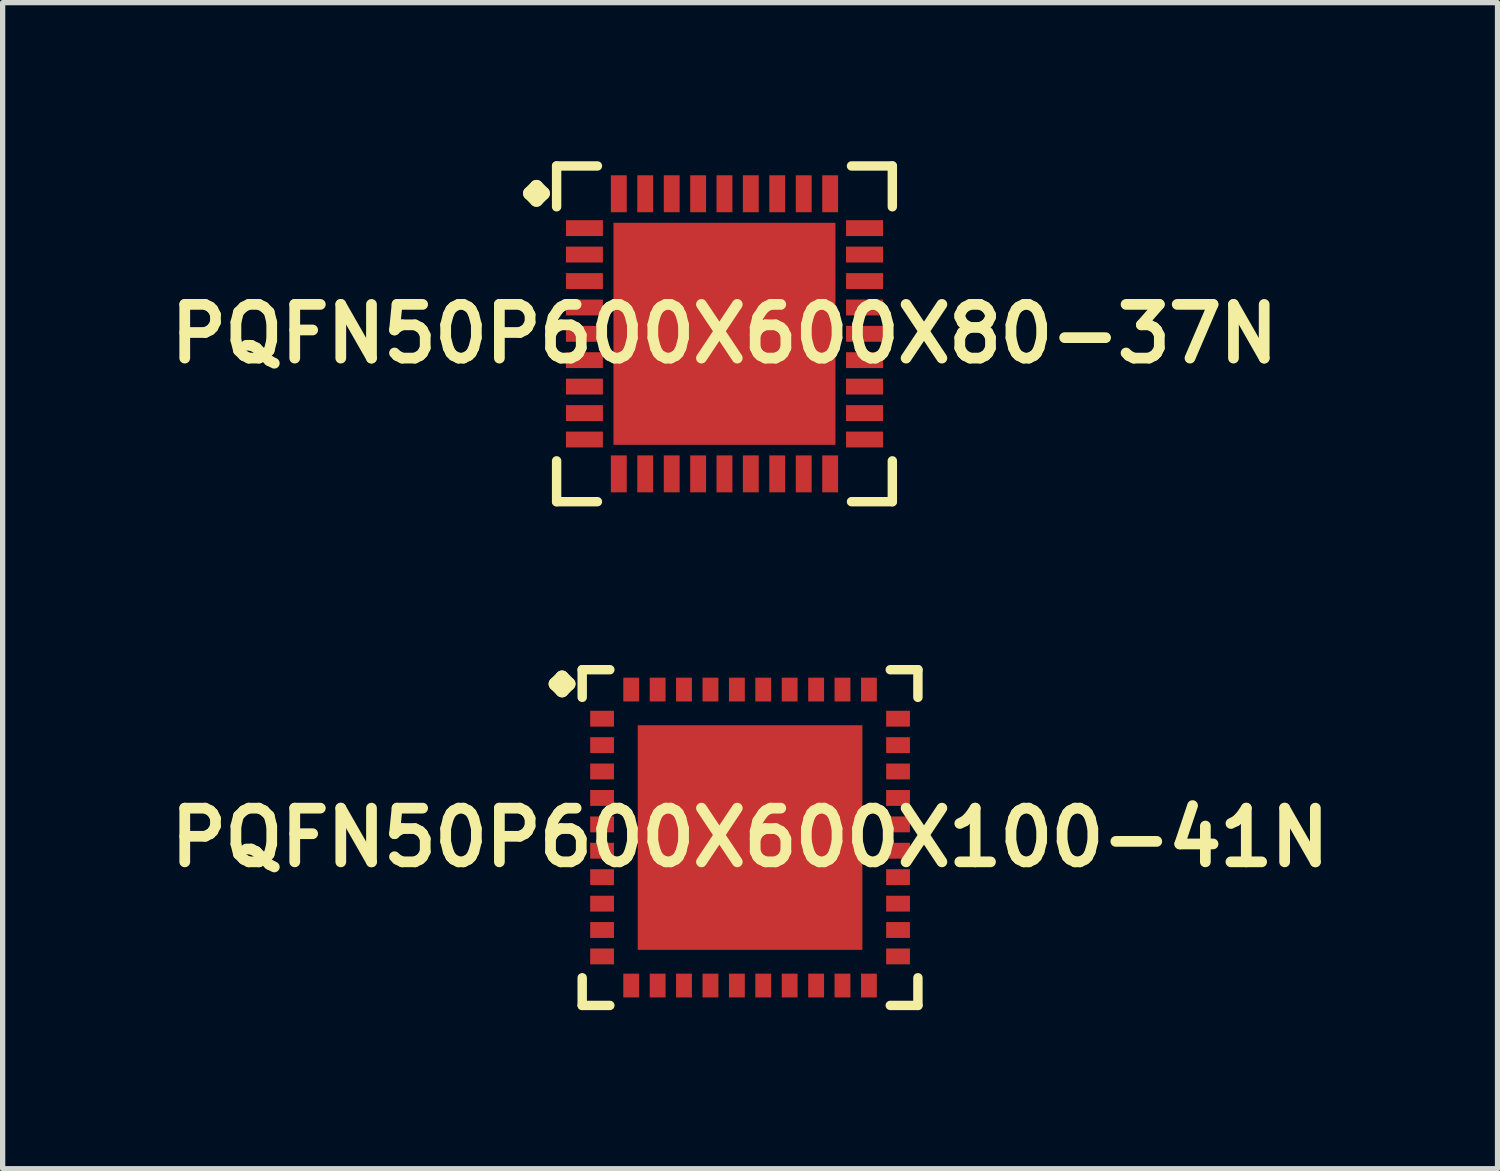
<source format=kicad_pcb>
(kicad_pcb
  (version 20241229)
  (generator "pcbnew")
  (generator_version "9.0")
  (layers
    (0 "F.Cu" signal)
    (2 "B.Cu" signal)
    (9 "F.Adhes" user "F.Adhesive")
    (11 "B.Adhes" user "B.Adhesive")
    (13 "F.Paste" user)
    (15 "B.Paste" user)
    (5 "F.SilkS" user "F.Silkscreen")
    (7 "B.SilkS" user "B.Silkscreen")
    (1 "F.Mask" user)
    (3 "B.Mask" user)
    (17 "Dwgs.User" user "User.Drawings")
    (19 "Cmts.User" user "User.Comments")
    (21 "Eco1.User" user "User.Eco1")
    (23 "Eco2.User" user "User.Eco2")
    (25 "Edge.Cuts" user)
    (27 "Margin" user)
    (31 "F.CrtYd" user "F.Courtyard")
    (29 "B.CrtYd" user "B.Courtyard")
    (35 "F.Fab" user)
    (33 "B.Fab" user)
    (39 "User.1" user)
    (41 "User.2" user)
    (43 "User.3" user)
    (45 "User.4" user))
  (footprint "PQFN50P600X600X100-41N"
    (layer "F.Cu")
    (at 11.137 12.792)
    (property "Reference" "PQFN50P600X600X100-41N" (at 0 0 0) (layer "F.SilkS") (effects (font (size 1.016 1.016) (thickness 0.203))))
    (attr smd)
    (fp_line (start -3.683 -2.906) (end -3.556 -3.033) (stroke (width 0.254) (type solid)) (layer "F.SilkS"))
    (fp_line (start -3.556 -3.033) (end -3.429 -2.906) (stroke (width 0.254) (type solid)) (layer "F.SilkS"))
    (fp_line (start -3.556 -2.779) (end -3.683 -2.906) (stroke (width 0.254) (type solid)) (layer "F.SilkS"))
    (fp_line (start -3.429 -2.906) (end -3.556 -2.779) (stroke (width 0.254) (type solid)) (layer "F.SilkS"))
    (fp_line (start -3.175 -3.175) (end -2.652 -3.175) (stroke (width 0.178) (type solid)) (layer "F.SilkS"))
    (fp_line (start -3.175 -2.652) (end -3.175 -3.175) (stroke (width 0.178) (type solid)) (layer "F.SilkS"))
    (fp_line (start -3.175 2.652) (end -3.175 3.175) (stroke (width 0.178) (type solid)) (layer "F.SilkS"))
    (fp_line (start -3.175 3.175) (end -2.652 3.175) (stroke (width 0.178) (type solid)) (layer "F.SilkS"))
    (fp_line (start 2.652 -3.175) (end 3.175 -3.175) (stroke (width 0.178) (type solid)) (layer "F.SilkS"))
    (fp_line (start 2.652 3.175) (end 3.175 3.175) (stroke (width 0.178) (type solid)) (layer "F.SilkS"))
    (fp_line (start 3.175 -3.175) (end 3.175 -2.652) (stroke (width 0.178) (type solid)) (layer "F.SilkS"))
    (fp_line (start 3.175 3.175) (end 3.175 2.652) (stroke (width 0.178) (type solid)) (layer "F.SilkS"))
    (pad "1" smd rect (at -2.799 -2.248) (size 0.45 0.3) (layers "F.Cu" "F.Mask" "F.Paste"))
    (pad "2" smd rect (at -2.799 -1.748) (size 0.45 0.3) (layers "F.Cu" "F.Mask" "F.Paste"))
    (pad "3" smd rect (at -2.799 -1.25) (size 0.45 0.3) (layers "F.Cu" "F.Mask" "F.Paste"))
    (pad "4" smd rect (at -2.799 -0.749) (size 0.45 0.3) (layers "F.Cu" "F.Mask" "F.Paste"))
    (pad "5" smd rect (at -2.799 -0.249) (size 0.45 0.3) (layers "F.Cu" "F.Mask" "F.Paste"))
    (pad "6" smd rect (at -2.799 0.249) (size 0.45 0.3) (layers "F.Cu" "F.Mask" "F.Paste"))
    (pad "7" smd rect (at -2.799 0.749) (size 0.45 0.3) (layers "F.Cu" "F.Mask" "F.Paste"))
    (pad "8" smd rect (at -2.799 1.25) (size 0.45 0.3) (layers "F.Cu" "F.Mask" "F.Paste"))
    (pad "9" smd rect (at -2.799 1.748) (size 0.45 0.3) (layers "F.Cu" "F.Mask" "F.Paste"))
    (pad "10" smd rect (at -2.799 2.248) (size 0.45 0.3) (layers "F.Cu" "F.Mask" "F.Paste"))
    (pad "11" smd rect (at -2.248 2.799) (size 0.3 0.45) (layers "F.Cu" "F.Mask" "F.Paste"))
    (pad "12" smd rect (at -1.748 2.799) (size 0.3 0.45) (layers "F.Cu" "F.Mask" "F.Paste"))
    (pad "13" smd rect (at -1.25 2.799) (size 0.3 0.45) (layers "F.Cu" "F.Mask" "F.Paste"))
    (pad "14" smd rect (at -0.749 2.799) (size 0.3 0.45) (layers "F.Cu" "F.Mask" "F.Paste"))
    (pad "15" smd rect (at -0.249 2.799) (size 0.3 0.45) (layers "F.Cu" "F.Mask" "F.Paste"))
    (pad "16" smd rect (at 0.249 2.799) (size 0.3 0.45) (layers "F.Cu" "F.Mask" "F.Paste"))
    (pad "17" smd rect (at 0.749 2.799) (size 0.3 0.45) (layers "F.Cu" "F.Mask" "F.Paste"))
    (pad "18" smd rect (at 1.25 2.799) (size 0.3 0.45) (layers "F.Cu" "F.Mask" "F.Paste"))
    (pad "19" smd rect (at 1.748 2.799) (size 0.3 0.45) (layers "F.Cu" "F.Mask" "F.Paste"))
    (pad "20" smd rect (at 2.248 2.799) (size 0.3 0.45) (layers "F.Cu" "F.Mask" "F.Paste"))
    (pad "21" smd rect (at 2.799 2.248) (size 0.45 0.3) (layers "F.Cu" "F.Mask" "F.Paste"))
    (pad "22" smd rect (at 2.799 1.748) (size 0.45 0.3) (layers "F.Cu" "F.Mask" "F.Paste"))
    (pad "23" smd rect (at 2.799 1.25) (size 0.45 0.3) (layers "F.Cu" "F.Mask" "F.Paste"))
    (pad "24" smd rect (at 2.799 0.749) (size 0.45 0.3) (layers "F.Cu" "F.Mask" "F.Paste"))
    (pad "25" smd rect (at 2.799 0.249) (size 0.45 0.3) (layers "F.Cu" "F.Mask" "F.Paste"))
    (pad "26" smd rect (at 2.799 -0.249) (size 0.45 0.3) (layers "F.Cu" "F.Mask" "F.Paste"))
    (pad "27" smd rect (at 2.799 -0.749) (size 0.45 0.3) (layers "F.Cu" "F.Mask" "F.Paste"))
    (pad "28" smd rect (at 2.799 -1.25) (size 0.45 0.3) (layers "F.Cu" "F.Mask" "F.Paste"))
    (pad "29" smd rect (at 2.799 -1.748) (size 0.45 0.3) (layers "F.Cu" "F.Mask" "F.Paste"))
    (pad "30" smd rect (at 2.799 -2.248) (size 0.45 0.3) (layers "F.Cu" "F.Mask" "F.Paste"))
    (pad "31" smd rect (at 2.248 -2.799) (size 0.3 0.45) (layers "F.Cu" "F.Mask" "F.Paste"))
    (pad "32" smd rect (at 1.748 -2.799) (size 0.3 0.45) (layers "F.Cu" "F.Mask" "F.Paste"))
    (pad "33" smd rect (at 1.25 -2.799) (size 0.3 0.45) (layers "F.Cu" "F.Mask" "F.Paste"))
    (pad "34" smd rect (at 0.749 -2.799) (size 0.3 0.45) (layers "F.Cu" "F.Mask" "F.Paste"))
    (pad "35" smd rect (at 0.249 -2.799) (size 0.3 0.45) (layers "F.Cu" "F.Mask" "F.Paste"))
    (pad "36" smd rect (at -0.249 -2.799) (size 0.3 0.45) (layers "F.Cu" "F.Mask" "F.Paste"))
    (pad "37" smd rect (at -0.749 -2.799) (size 0.3 0.45) (layers "F.Cu" "F.Mask" "F.Paste"))
    (pad "38" smd rect (at -1.25 -2.799) (size 0.3 0.45) (layers "F.Cu" "F.Mask" "F.Paste"))
    (pad "39" smd rect (at -1.748 -2.799) (size 0.3 0.45) (layers "F.Cu" "F.Mask" "F.Paste"))
    (pad "40" smd rect (at -2.248 -2.799) (size 0.3 0.45) (layers "F.Cu" "F.Mask" "F.Paste"))
    (pad "41" smd rect (at 0 0) (size 4.249 4.249) (layers "F.Cu" "F.Mask" "F.Paste")))
  (footprint "PQFN50P600X600X80-37N"
    (layer "F.Cu")
    (at 10.653 3.264)
    (property "Reference" "PQFN50P600X600X80-37N" (at 0 0 0) (layer "F.SilkS") (effects (font (size 1.016 1.016) (thickness 0.203))))
    (attr smd)
    (fp_line (start -3.683 -2.657) (end -3.556 -2.784) (stroke (width 0.254) (type solid)) (layer "F.SilkS"))
    (fp_line (start -3.556 -2.784) (end -3.429 -2.657) (stroke (width 0.254) (type solid)) (layer "F.SilkS"))
    (fp_line (start -3.556 -2.53) (end -3.683 -2.657) (stroke (width 0.254) (type solid)) (layer "F.SilkS"))
    (fp_line (start -3.429 -2.657) (end -3.556 -2.53) (stroke (width 0.254) (type solid)) (layer "F.SilkS"))
    (fp_line (start -3.175 -3.175) (end -2.403 -3.175) (stroke (width 0.178) (type solid)) (layer "F.SilkS"))
    (fp_line (start -3.175 -2.403) (end -3.175 -3.175) (stroke (width 0.178) (type solid)) (layer "F.SilkS"))
    (fp_line (start -3.175 2.403) (end -3.175 3.175) (stroke (width 0.178) (type solid)) (layer "F.SilkS"))
    (fp_line (start -3.175 3.175) (end -2.403 3.175) (stroke (width 0.178) (type solid)) (layer "F.SilkS"))
    (fp_line (start 2.403 -3.175) (end 3.175 -3.175) (stroke (width 0.178) (type solid)) (layer "F.SilkS"))
    (fp_line (start 2.403 3.175) (end 3.175 3.175) (stroke (width 0.178) (type solid)) (layer "F.SilkS"))
    (fp_line (start 3.175 -3.175) (end 3.175 -2.403) (stroke (width 0.178) (type solid)) (layer "F.SilkS"))
    (fp_line (start 3.175 3.175) (end 3.175 2.403) (stroke (width 0.178) (type solid)) (layer "F.SilkS"))
    (pad "1" smd rect (at -2.649 -1.999) (size 0.699 0.3) (layers "F.Cu" "F.Mask" "F.Paste"))
    (pad "2" smd rect (at -2.649 -1.499) (size 0.699 0.3) (layers "F.Cu" "F.Mask" "F.Paste"))
    (pad "3" smd rect (at -2.649 -0.998) (size 0.699 0.3) (layers "F.Cu" "F.Mask" "F.Paste"))
    (pad "4" smd rect (at -2.649 -0.498) (size 0.699 0.3) (layers "F.Cu" "F.Mask" "F.Paste"))
    (pad "5" smd rect (at -2.649 0) (size 0.699 0.3) (layers "F.Cu" "F.Mask" "F.Paste"))
    (pad "6" smd rect (at -2.649 0.498) (size 0.699 0.3) (layers "F.Cu" "F.Mask" "F.Paste"))
    (pad "7" smd rect (at -2.649 0.998) (size 0.699 0.3) (layers "F.Cu" "F.Mask" "F.Paste"))
    (pad "8" smd rect (at -2.649 1.499) (size 0.699 0.3) (layers "F.Cu" "F.Mask" "F.Paste"))
    (pad "9" smd rect (at -2.649 1.999) (size 0.699 0.3) (layers "F.Cu" "F.Mask" "F.Paste"))
    (pad "10" smd rect (at -1.999 2.649) (size 0.3 0.699) (layers "F.Cu" "F.Mask" "F.Paste"))
    (pad "11" smd rect (at -1.499 2.649) (size 0.3 0.699) (layers "F.Cu" "F.Mask" "F.Paste"))
    (pad "12" smd rect (at -0.998 2.649) (size 0.3 0.699) (layers "F.Cu" "F.Mask" "F.Paste"))
    (pad "13" smd rect (at -0.498 2.649) (size 0.3 0.699) (layers "F.Cu" "F.Mask" "F.Paste"))
    (pad "14" smd rect (at 0 2.649) (size 0.3 0.699) (layers "F.Cu" "F.Mask" "F.Paste"))
    (pad "15" smd rect (at 0.498 2.649) (size 0.3 0.699) (layers "F.Cu" "F.Mask" "F.Paste"))
    (pad "16" smd rect (at 0.998 2.649) (size 0.3 0.699) (layers "F.Cu" "F.Mask" "F.Paste"))
    (pad "17" smd rect (at 1.499 2.649) (size 0.3 0.699) (layers "F.Cu" "F.Mask" "F.Paste"))
    (pad "18" smd rect (at 1.999 2.649) (size 0.3 0.699) (layers "F.Cu" "F.Mask" "F.Paste"))
    (pad "19" smd rect (at 2.649 1.999) (size 0.699 0.3) (layers "F.Cu" "F.Mask" "F.Paste"))
    (pad "20" smd rect (at 2.649 1.499) (size 0.699 0.3) (layers "F.Cu" "F.Mask" "F.Paste"))
    (pad "21" smd rect (at 2.649 0.998) (size 0.699 0.3) (layers "F.Cu" "F.Mask" "F.Paste"))
    (pad "22" smd rect (at 2.649 0.498) (size 0.699 0.3) (layers "F.Cu" "F.Mask" "F.Paste"))
    (pad "23" smd rect (at 2.649 0) (size 0.699 0.3) (layers "F.Cu" "F.Mask" "F.Paste"))
    (pad "24" smd rect (at 2.649 -0.498) (size 0.699 0.3) (layers "F.Cu" "F.Mask" "F.Paste"))
    (pad "25" smd rect (at 2.649 -0.998) (size 0.699 0.3) (layers "F.Cu" "F.Mask" "F.Paste"))
    (pad "26" smd rect (at 2.649 -1.499) (size 0.699 0.3) (layers "F.Cu" "F.Mask" "F.Paste"))
    (pad "27" smd rect (at 2.649 -1.999) (size 0.699 0.3) (layers "F.Cu" "F.Mask" "F.Paste"))
    (pad "28" smd rect (at 1.999 -2.649) (size 0.3 0.699) (layers "F.Cu" "F.Mask" "F.Paste"))
    (pad "29" smd rect (at 1.499 -2.649) (size 0.3 0.699) (layers "F.Cu" "F.Mask" "F.Paste"))
    (pad "30" smd rect (at 0.998 -2.649) (size 0.3 0.699) (layers "F.Cu" "F.Mask" "F.Paste"))
    (pad "31" smd rect (at 0.498 -2.649) (size 0.3 0.699) (layers "F.Cu" "F.Mask" "F.Paste"))
    (pad "32" smd rect (at 0 -2.649) (size 0.3 0.699) (layers "F.Cu" "F.Mask" "F.Paste"))
    (pad "33" smd rect (at -0.498 -2.649) (size 0.3 0.699) (layers "F.Cu" "F.Mask" "F.Paste"))
    (pad "34" smd rect (at -0.998 -2.649) (size 0.3 0.699) (layers "F.Cu" "F.Mask" "F.Paste"))
    (pad "35" smd rect (at -1.499 -2.649) (size 0.3 0.699) (layers "F.Cu" "F.Mask" "F.Paste"))
    (pad "36" smd rect (at -1.999 -2.649) (size 0.3 0.699) (layers "F.Cu" "F.Mask" "F.Paste"))
    (pad "37" smd rect (at 0 0) (size 4.199 4.199) (layers "F.Cu" "F.Mask" "F.Paste")))
  (gr_rect
    (start -3 -3)
    (end 25.275 19.056)
    (stroke (width 0.1) (type default))
    (fill no)
    (layer "Edge.Cuts")))
</source>
